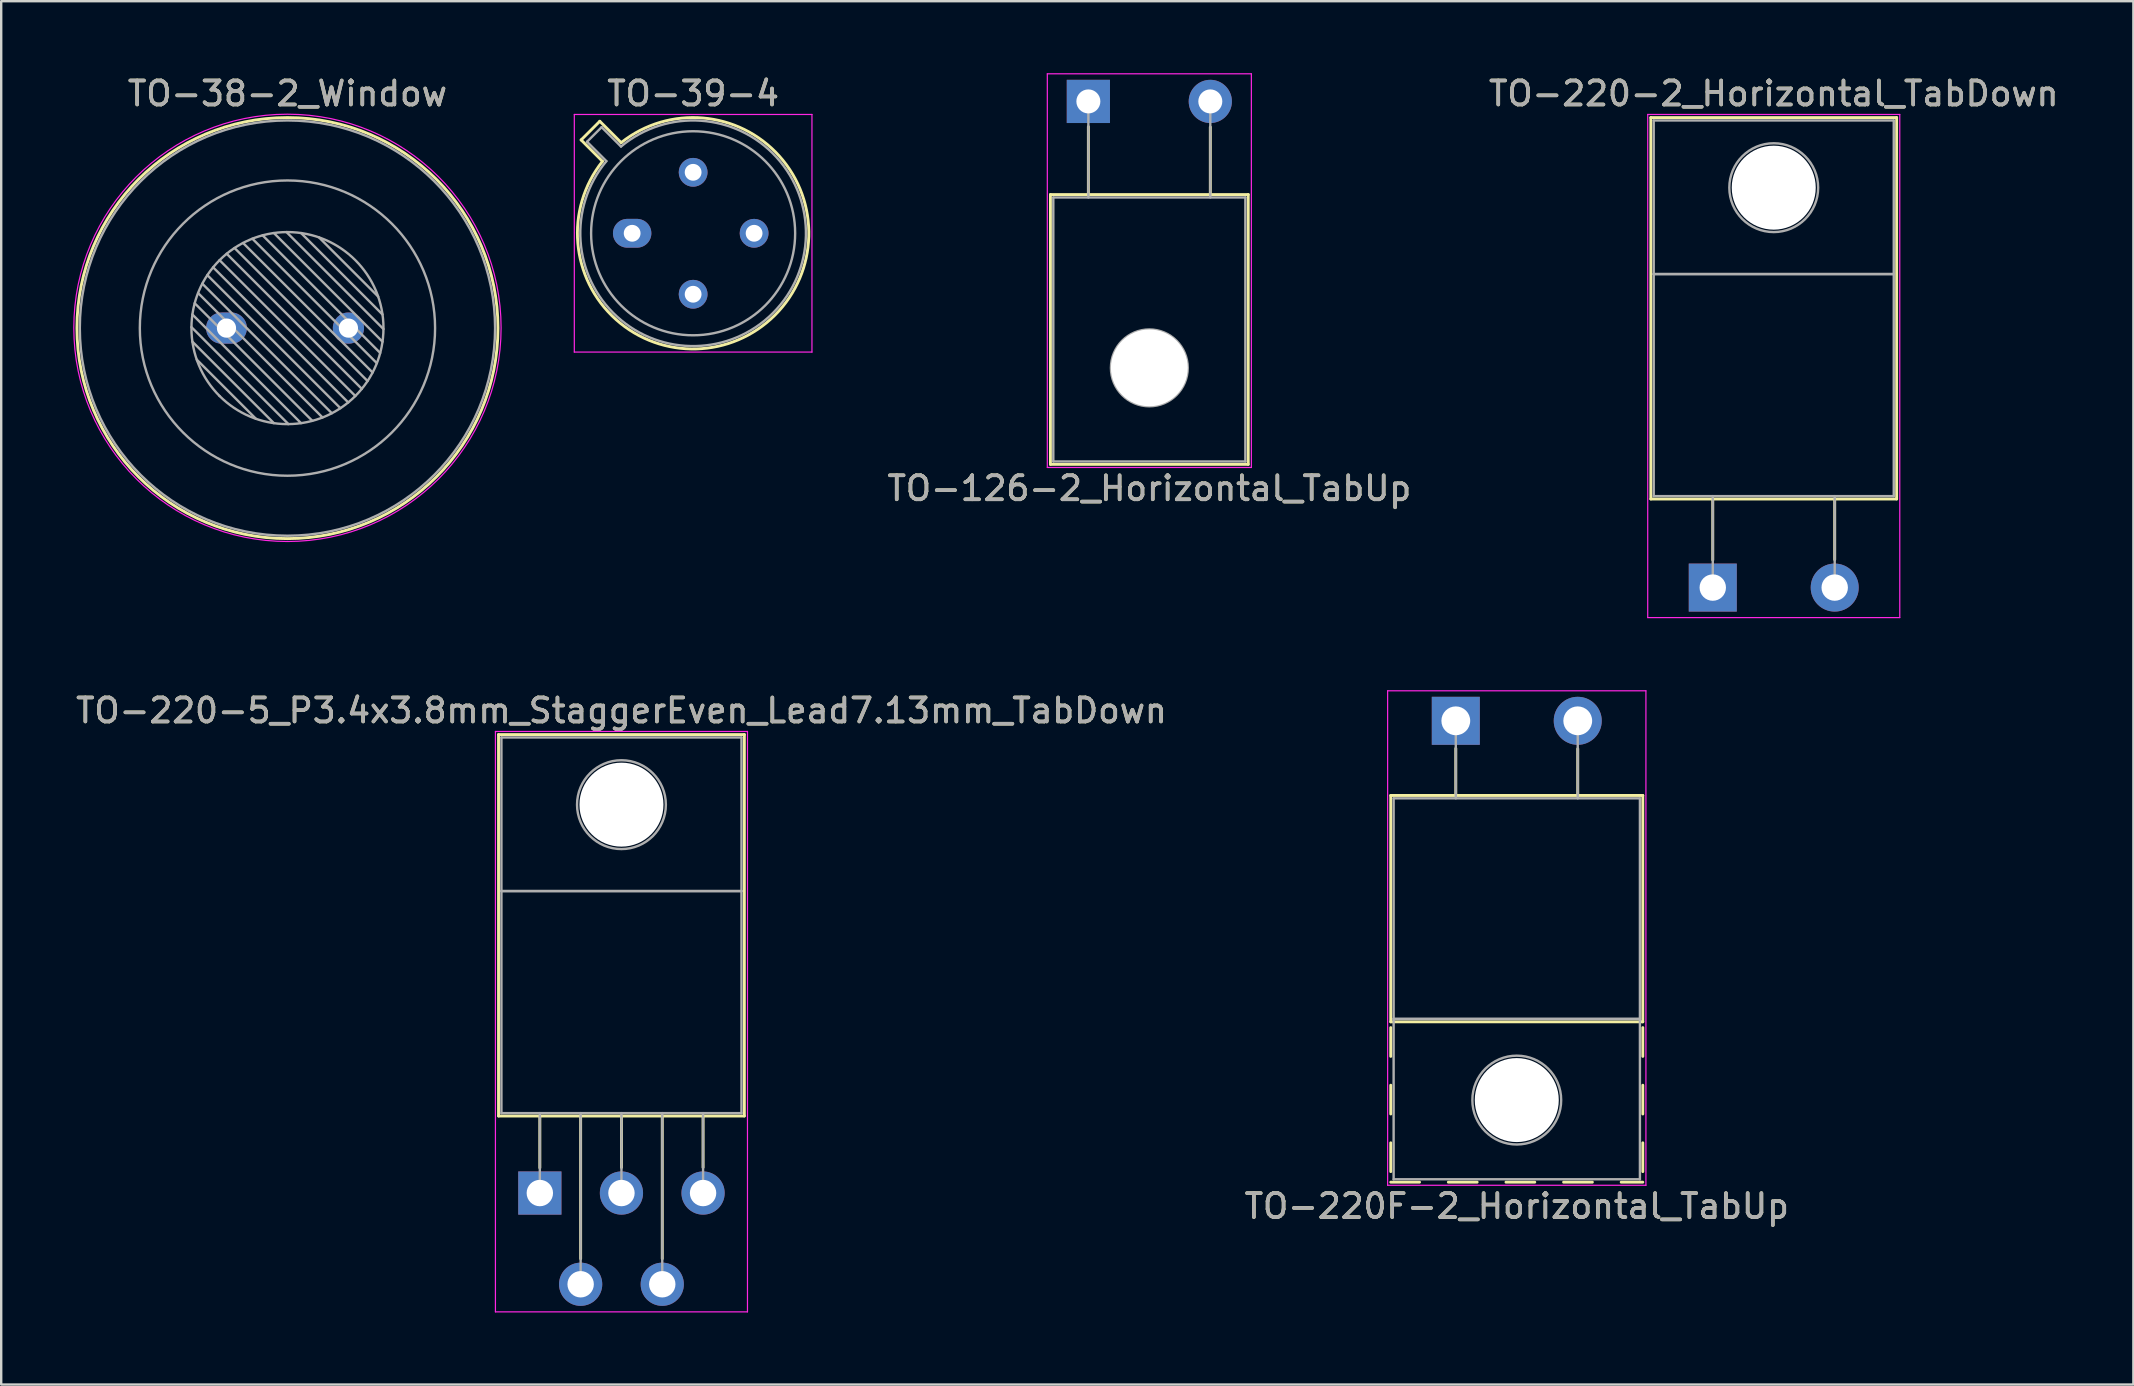
<source format=kicad_pcb>
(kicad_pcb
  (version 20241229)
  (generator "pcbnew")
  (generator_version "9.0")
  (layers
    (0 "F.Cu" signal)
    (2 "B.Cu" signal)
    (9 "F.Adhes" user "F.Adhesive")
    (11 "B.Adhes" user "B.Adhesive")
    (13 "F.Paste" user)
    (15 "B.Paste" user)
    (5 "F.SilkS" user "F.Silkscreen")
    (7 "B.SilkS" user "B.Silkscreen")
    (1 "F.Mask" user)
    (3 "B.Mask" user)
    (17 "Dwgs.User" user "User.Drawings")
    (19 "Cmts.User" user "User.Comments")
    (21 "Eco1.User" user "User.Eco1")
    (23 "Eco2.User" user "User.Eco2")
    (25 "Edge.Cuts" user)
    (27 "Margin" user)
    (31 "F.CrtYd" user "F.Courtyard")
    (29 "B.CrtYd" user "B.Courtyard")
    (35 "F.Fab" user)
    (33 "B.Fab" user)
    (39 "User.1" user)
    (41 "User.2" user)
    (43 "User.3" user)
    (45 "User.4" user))
  (footprint "TO-38-2_Window"
    (layer "F.Cu")
    (at 6.385 10.618)
    (property "Reference" "TO-38-2_Window" (at 2.54 -9.77 0) (layer "F.SilkS") (effects (font (size 1 1) (thickness 0.15))))
    (attr through_hole)
    (fp_circle (center 2.54 0) (end 11.31 0) (stroke (width 0.12) (type solid)) (fill no) (layer "F.SilkS"))
    (fp_circle (center 2.54 -0.01) (end 11.44 -0.01) (stroke (width 0.05) (type solid)) (fill no) (layer "F.CrtYd"))
    (fp_line (start -1.46 -0.041) (end 2.581 4) (stroke (width 0.1) (type solid)) (layer "F.Fab"))
    (fp_line (start -1.42 -0.566) (end 3.106 3.96) (stroke (width 0.1) (type solid)) (layer "F.Fab"))
    (fp_line (start -1.42 0.566) (end 1.974 3.96) (stroke (width 0.1) (type solid)) (layer "F.Fab"))
    (fp_line (start -1.324 -1.036) (end 3.576 3.864) (stroke (width 0.1) (type solid)) (layer "F.Fab"))
    (fp_line (start -1.239 1.313) (end 1.227 3.779) (stroke (width 0.1) (type solid)) (layer "F.Fab"))
    (fp_line (start -1.184 -1.461) (end 4.001 3.724) (stroke (width 0.1) (type solid)) (layer "F.Fab"))
    (fp_line (start -1.007 -1.85) (end 4.39 3.547) (stroke (width 0.1) (type solid)) (layer "F.Fab"))
    (fp_line (start -0.797 -2.206) (end 4.746 3.337) (stroke (width 0.1) (type solid)) (layer "F.Fab"))
    (fp_line (start -0.558 -2.532) (end 5.072 3.098) (stroke (width 0.1) (type solid)) (layer "F.Fab"))
    (fp_line (start -0.289 -2.829) (end 5.369 2.829) (stroke (width 0.1) (type solid)) (layer "F.Fab"))
    (fp_line (start -0.289 2.829) (end -0.289 2.829) (stroke (width 0.1) (type solid)) (layer "F.Fab"))
    (fp_line (start 0.008 -3.098) (end 5.638 2.532) (stroke (width 0.1) (type solid)) (layer "F.Fab"))
    (fp_line (start 0.334 -3.337) (end 5.877 2.206) (stroke (width 0.1) (type solid)) (layer "F.Fab"))
    (fp_line (start 0.69 -3.547) (end 6.087 1.85) (stroke (width 0.1) (type solid)) (layer "F.Fab"))
    (fp_line (start 1.079 -3.724) (end 6.264 1.461) (stroke (width 0.1) (type solid)) (layer "F.Fab"))
    (fp_line (start 1.504 -3.864) (end 6.404 1.036) (stroke (width 0.1) (type solid)) (layer "F.Fab"))
    (fp_line (start 1.974 -3.96) (end 6.5 0.566) (stroke (width 0.1) (type solid)) (layer "F.Fab"))
    (fp_line (start 2.499 -4) (end 6.54 0.041) (stroke (width 0.1) (type solid)) (layer "F.Fab"))
    (fp_line (start 3.106 -3.96) (end 6.5 -0.566) (stroke (width 0.1) (type solid)) (layer "F.Fab"))
    (fp_line (start 3.853 -3.779) (end 6.319 -1.313) (stroke (width 0.1) (type solid)) (layer "F.Fab"))
    (fp_circle (center 2.54 0) (end 6.54 0) (stroke (width 0.1) (type solid)) (fill no) (layer "F.Fab"))
    (fp_circle (center 2.54 0) (end 8.69 0) (stroke (width 0.1) (type solid)) (fill no) (layer "F.Fab"))
    (fp_circle (center 2.54 0) (end 11.19 0) (stroke (width 0.1) (type solid)) (fill no) (layer "F.Fab"))
    (fp_text user "${REFERENCE}" (at 2.54 -9.77 0) (layer "F.Fab") (effects (font (size 1 1) (thickness 0.15))))
    (pad "1" thru_hole oval (at 0 0) (size 1.7 1.3) (drill 0.8) (layers "*.Cu" "*.Mask"))
    (pad "2" thru_hole oval (at 5.08 0) (size 1.3 1.3) (drill 0.8) (layers "*.Cu" "*.Mask")))
  (footprint "TO-220-2_Horizontal_TabDown"
    (layer "F.Cu")
    (at 68.302 21.428)
    (property "Reference" "TO-220-2_Horizontal_TabDown" (at 2.54 -20.58 0) (layer "F.SilkS") (effects (font (size 1 1) (thickness 0.15))))
    (attr through_hole)
    (fp_line (start -2.58 -19.58) (end -2.58 -3.69) (stroke (width 0.12) (type solid)) (layer "F.SilkS"))
    (fp_line (start -2.58 -19.58) (end 7.66 -19.58) (stroke (width 0.12) (type solid)) (layer "F.SilkS"))
    (fp_line (start -2.58 -3.69) (end 7.66 -3.69) (stroke (width 0.12) (type solid)) (layer "F.SilkS"))
    (fp_line (start 0 -3.69) (end 0 -1.15) (stroke (width 0.12) (type solid)) (layer "F.SilkS"))
    (fp_line (start 5.08 -3.69) (end 5.08 -1.165) (stroke (width 0.12) (type solid)) (layer "F.SilkS"))
    (fp_line (start 7.66 -19.58) (end 7.66 -3.69) (stroke (width 0.12) (type solid)) (layer "F.SilkS"))
    (fp_line (start -2.71 -19.71) (end -2.71 1.25) (stroke (width 0.05) (type solid)) (layer "F.CrtYd"))
    (fp_line (start -2.71 1.25) (end 7.79 1.25) (stroke (width 0.05) (type solid)) (layer "F.CrtYd"))
    (fp_line (start 7.79 -19.71) (end -2.71 -19.71) (stroke (width 0.05) (type solid)) (layer "F.CrtYd"))
    (fp_line (start 7.79 1.25) (end 7.79 -19.71) (stroke (width 0.05) (type solid)) (layer "F.CrtYd"))
    (fp_line (start -2.46 -19.46) (end 7.54 -19.46) (stroke (width 0.1) (type solid)) (layer "F.Fab"))
    (fp_line (start -2.46 -13.06) (end -2.46 -19.46) (stroke (width 0.1) (type solid)) (layer "F.Fab"))
    (fp_line (start -2.46 -13.06) (end 7.54 -13.06) (stroke (width 0.1) (type solid)) (layer "F.Fab"))
    (fp_line (start -2.46 -3.81) (end -2.46 -13.06) (stroke (width 0.1) (type solid)) (layer "F.Fab"))
    (fp_line (start 0 -3.81) (end 0 0) (stroke (width 0.1) (type solid)) (layer "F.Fab"))
    (fp_line (start 5.08 -3.81) (end 5.08 0) (stroke (width 0.1) (type solid)) (layer "F.Fab"))
    (fp_line (start 7.54 -19.46) (end 7.54 -13.06) (stroke (width 0.1) (type solid)) (layer "F.Fab"))
    (fp_line (start 7.54 -13.06) (end -2.46 -13.06) (stroke (width 0.1) (type solid)) (layer "F.Fab"))
    (fp_line (start 7.54 -13.06) (end 7.54 -3.81) (stroke (width 0.1) (type solid)) (layer "F.Fab"))
    (fp_line (start 7.54 -3.81) (end -2.46 -3.81) (stroke (width 0.1) (type solid)) (layer "F.Fab"))
    (fp_circle (center 2.54 -16.66) (end 4.39 -16.66) (stroke (width 0.1) (type solid)) (fill no) (layer "F.Fab"))
    (fp_text user "${REFERENCE}" (at 2.54 -20.58 0) (layer "F.Fab") (effects (font (size 1 1) (thickness 0.15))))
    (pad "" np_thru_hole oval (at 2.54 -16.66) (size 3.5 3.5) (drill 3.5) (layers "*.Cu" "*.Mask"))
    (pad "1" thru_hole rect (at 0 0) (size 2 2) (drill 1.1) (layers "*.Cu" "*.Mask"))
    (pad "2" thru_hole oval (at 5.08 0) (size 2 2) (drill 1.1) (layers "*.Cu" "*.Mask")))
  (footprint "TO-220F-2_Horizontal_TabUp"
    (layer "F.Cu")
    (at 57.597 26.978)
    (property "Reference" "TO-220F-2_Horizontal_TabUp" (at 2.54 20.22 0) (layer "F.SilkS") (effects (font (size 1 1) (thickness 0.15))))
    (attr through_hole)
    (fp_line (start -2.71 3.11) (end -2.71 12.54) (stroke (width 0.12) (type solid)) (layer "F.SilkS"))
    (fp_line (start -2.71 3.11) (end 7.79 3.11) (stroke (width 0.12) (type solid)) (layer "F.SilkS"))
    (fp_line (start -2.71 12.54) (end 7.79 12.54) (stroke (width 0.12) (type solid)) (layer "F.SilkS"))
    (fp_line (start -2.71 12.78) (end -2.71 13.98) (stroke (width 0.12) (type solid)) (layer "F.SilkS"))
    (fp_line (start -2.71 15.18) (end -2.71 16.38) (stroke (width 0.12) (type solid)) (layer "F.SilkS"))
    (fp_line (start -2.71 17.58) (end -2.71 18.78) (stroke (width 0.12) (type solid)) (layer "F.SilkS"))
    (fp_line (start -2.71 19.22) (end -1.51 19.22) (stroke (width 0.12) (type solid)) (layer "F.SilkS"))
    (fp_line (start -0.311 19.22) (end 0.89 19.22) (stroke (width 0.12) (type solid)) (layer "F.SilkS"))
    (fp_line (start 0 1.15) (end 0 3.11) (stroke (width 0.12) (type solid)) (layer "F.SilkS"))
    (fp_line (start 2.09 19.22) (end 3.29 19.22) (stroke (width 0.12) (type solid)) (layer "F.SilkS"))
    (fp_line (start 4.49 19.22) (end 5.69 19.22) (stroke (width 0.12) (type solid)) (layer "F.SilkS"))
    (fp_line (start 5.08 1.165) (end 5.08 3.11) (stroke (width 0.12) (type solid)) (layer "F.SilkS"))
    (fp_line (start 6.89 19.22) (end 7.79 19.22) (stroke (width 0.12) (type solid)) (layer "F.SilkS"))
    (fp_line (start 7.79 3.11) (end 7.79 12.54) (stroke (width 0.12) (type solid)) (layer "F.SilkS"))
    (fp_line (start 7.79 12.78) (end 7.79 13.98) (stroke (width 0.12) (type solid)) (layer "F.SilkS"))
    (fp_line (start 7.79 15.18) (end 7.79 16.38) (stroke (width 0.12) (type solid)) (layer "F.SilkS"))
    (fp_line (start 7.79 17.58) (end 7.79 18.78) (stroke (width 0.12) (type solid)) (layer "F.SilkS"))
    (fp_line (start -2.84 -1.25) (end -2.84 19.35) (stroke (width 0.05) (type solid)) (layer "F.CrtYd"))
    (fp_line (start -2.84 19.35) (end 7.92 19.35) (stroke (width 0.05) (type solid)) (layer "F.CrtYd"))
    (fp_line (start 7.92 -1.25) (end -2.84 -1.25) (stroke (width 0.05) (type solid)) (layer "F.CrtYd"))
    (fp_line (start 7.92 19.35) (end 7.92 -1.25) (stroke (width 0.05) (type solid)) (layer "F.CrtYd"))
    (fp_line (start -2.59 3.23) (end -2.59 12.42) (stroke (width 0.1) (type solid)) (layer "F.Fab"))
    (fp_line (start -2.59 12.42) (end -2.59 19.1) (stroke (width 0.1) (type solid)) (layer "F.Fab"))
    (fp_line (start -2.59 12.42) (end 7.67 12.42) (stroke (width 0.1) (type solid)) (layer "F.Fab"))
    (fp_line (start -2.59 19.1) (end 7.67 19.1) (stroke (width 0.1) (type solid)) (layer "F.Fab"))
    (fp_line (start 0 3.23) (end 0 0) (stroke (width 0.1) (type solid)) (layer "F.Fab"))
    (fp_line (start 5.08 3.23) (end 5.08 0) (stroke (width 0.1) (type solid)) (layer "F.Fab"))
    (fp_line (start 7.67 3.23) (end -2.59 3.23) (stroke (width 0.1) (type solid)) (layer "F.Fab"))
    (fp_line (start 7.67 12.42) (end -2.59 12.42) (stroke (width 0.1) (type solid)) (layer "F.Fab"))
    (fp_line (start 7.67 12.42) (end 7.67 3.23) (stroke (width 0.1) (type solid)) (layer "F.Fab"))
    (fp_line (start 7.67 19.1) (end 7.67 12.42) (stroke (width 0.1) (type solid)) (layer "F.Fab"))
    (fp_circle (center 2.54 15.8) (end 4.39 15.8) (stroke (width 0.1) (type solid)) (fill no) (layer "F.Fab"))
    (fp_text user "${REFERENCE}" (at 2.54 20.22 0) (layer "F.Fab") (effects (font (size 1 1) (thickness 0.15))))
    (pad "" np_thru_hole oval (at 2.54 15.8) (size 3.5 3.5) (drill 3.5) (layers "*.Cu" "*.Mask"))
    (pad "1" thru_hole rect (at 0 0) (size 2 2) (drill 1.2) (layers "*.Cu" "*.Mask"))
    (pad "2" thru_hole oval (at 5.08 0) (size 2 2) (drill 1.2) (layers "*.Cu" "*.Mask")))
  (footprint "TO-126-2_Horizontal_TabUp"
    (layer "F.Cu")
    (at 42.29 1.175)
    (property "Reference" "TO-126-2_Horizontal_TabUp" (at 2.54 16.12 0) (layer "F.SilkS") (effects (font (size 1 1) (thickness 0.15))))
    (attr through_hole)
    (fp_line (start -1.58 3.88) (end -1.58 15.12) (stroke (width 0.12) (type solid)) (layer "F.SilkS"))
    (fp_line (start -1.58 3.88) (end 6.66 3.88) (stroke (width 0.12) (type solid)) (layer "F.SilkS"))
    (fp_line (start -1.58 15.12) (end 6.66 15.12) (stroke (width 0.12) (type solid)) (layer "F.SilkS"))
    (fp_line (start 0 1.05) (end 0 3.88) (stroke (width 0.12) (type solid)) (layer "F.SilkS"))
    (fp_line (start 5.08 1.066) (end 5.08 3.88) (stroke (width 0.12) (type solid)) (layer "F.SilkS"))
    (fp_line (start 6.66 3.88) (end 6.66 15.12) (stroke (width 0.12) (type solid)) (layer "F.SilkS"))
    (fp_line (start -1.71 -1.15) (end -1.71 15.25) (stroke (width 0.05) (type solid)) (layer "F.CrtYd"))
    (fp_line (start -1.71 15.25) (end 6.79 15.25) (stroke (width 0.05) (type solid)) (layer "F.CrtYd"))
    (fp_line (start 6.79 -1.15) (end -1.71 -1.15) (stroke (width 0.05) (type solid)) (layer "F.CrtYd"))
    (fp_line (start 6.79 15.25) (end 6.79 -1.15) (stroke (width 0.05) (type solid)) (layer "F.CrtYd"))
    (fp_line (start -1.46 4) (end -1.46 15) (stroke (width 0.1) (type solid)) (layer "F.Fab"))
    (fp_line (start -1.46 15) (end 6.54 15) (stroke (width 0.1) (type solid)) (layer "F.Fab"))
    (fp_line (start 0 4) (end 0 0) (stroke (width 0.1) (type solid)) (layer "F.Fab"))
    (fp_line (start 5.08 4) (end 5.08 0) (stroke (width 0.1) (type solid)) (layer "F.Fab"))
    (fp_line (start 6.54 4) (end -1.46 4) (stroke (width 0.1) (type solid)) (layer "F.Fab"))
    (fp_line (start 6.54 15) (end 6.54 4) (stroke (width 0.1) (type solid)) (layer "F.Fab"))
    (fp_circle (center 2.54 11.1) (end 4.14 11.1) (stroke (width 0.1) (type solid)) (fill no) (layer "F.Fab"))
    (fp_text user "${REFERENCE}" (at 2.54 16.12 0) (layer "F.Fab") (effects (font (size 1 1) (thickness 0.15))))
    (pad "" np_thru_hole oval (at 2.54 11.1) (size 3.2 3.2) (drill 3.2) (layers "*.Cu" "*.Mask"))
    (pad "1" thru_hole rect (at 0 0) (size 1.8 1.8) (drill 1) (layers "*.Cu" "*.Mask"))
    (pad "2" thru_hole oval (at 5.08 0) (size 1.8 1.8) (drill 1) (layers "*.Cu" "*.Mask")))
  (footprint "TO-39-4"
    (layer "F.Cu")
    (at 23.285 6.668)
    (property "Reference" "TO-39-4" (at 2.54 -5.82 0) (layer "F.SilkS") (effects (font (size 1 1) (thickness 0.15))))
    (attr through_hole)
    (fp_line (start -2.126 -3.888) (end -1.235 -2.997) (stroke (width 0.12) (type solid)) (layer "F.SilkS"))
    (fp_line (start -1.348 -4.666) (end -2.126 -3.888) (stroke (width 0.12) (type solid)) (layer "F.SilkS"))
    (fp_line (start -0.457 -3.775) (end -1.348 -4.666) (stroke (width 0.12) (type solid)) (layer "F.SilkS"))
    (fp_arc (start -0.457084 -3.774902) (mid 5.948125 3.408384) (end -1.234674 -2.997371) (stroke (width 0.12) (type solid)) (layer "F.SilkS"))
    (fp_line (start -2.41 -4.95) (end -2.41 4.95) (stroke (width 0.05) (type solid)) (layer "F.CrtYd"))
    (fp_line (start -2.41 4.95) (end 7.49 4.95) (stroke (width 0.05) (type solid)) (layer "F.CrtYd"))
    (fp_line (start 7.49 -4.95) (end -2.41 -4.95) (stroke (width 0.05) (type solid)) (layer "F.CrtYd"))
    (fp_line (start 7.49 4.95) (end 7.49 -4.95) (stroke (width 0.05) (type solid)) (layer "F.CrtYd"))
    (fp_line (start -1.88 -3.812) (end -1.074 -3.005) (stroke (width 0.1) (type solid)) (layer "F.Fab"))
    (fp_line (start -1.272 -4.42) (end -1.88 -3.812) (stroke (width 0.1) (type solid)) (layer "F.Fab"))
    (fp_line (start -0.465 -3.614) (end -1.272 -4.42) (stroke (width 0.1) (type solid)) (layer "F.Fab"))
    (fp_arc (start -0.465408 -3.61352) (mid 5.863443 3.323361) (end -1.073594 -3.005319) (stroke (width 0.1) (type solid)) (layer "F.Fab"))
    (fp_circle (center 2.54 0) (end 6.79 0) (stroke (width 0.1) (type solid)) (fill no) (layer "F.Fab"))
    (fp_text user "${REFERENCE}" (at 2.54 -5.82 0) (layer "F.Fab") (effects (font (size 1 1) (thickness 0.15))))
    (pad "1" thru_hole oval (at 0 0) (size 1.6 1.2) (drill 0.7) (layers "*.Cu" "*.Mask"))
    (pad "2" thru_hole oval (at 2.54 2.54) (size 1.2 1.2) (drill 0.7) (layers "*.Cu" "*.Mask"))
    (pad "3" thru_hole oval (at 5.08 0) (size 1.2 1.2) (drill 0.7) (layers "*.Cu" "*.Mask"))
    (pad "4" thru_hole oval (at 2.54 -2.54) (size 1.2 1.2) (drill 0.7) (layers "*.Cu" "*.Mask")))
  (footprint "TO-220-5_P3.4x3.8mm_StaggerEven_Lead7.13mm_TabDown"
    (layer "F.Cu")
    (at 19.439 46.651)
    (property "Reference" "TO-220-5_P3.4x3.8mm_StaggerEven_Lead7.13mm_TabDown" (at 3.4 -20.1 0) (layer "F.SilkS") (effects (font (size 1 1) (thickness 0.15))))
    (attr through_hole)
    (fp_line (start -1.721 -19.1) (end -1.721 -3.21) (stroke (width 0.12) (type solid)) (layer "F.SilkS"))
    (fp_line (start -1.721 -19.1) (end 8.52 -19.1) (stroke (width 0.12) (type solid)) (layer "F.SilkS"))
    (fp_line (start -1.721 -3.21) (end 8.52 -3.21) (stroke (width 0.12) (type solid)) (layer "F.SilkS"))
    (fp_line (start 0 -3.21) (end 0 -1.05) (stroke (width 0.12) (type solid)) (layer "F.SilkS"))
    (fp_line (start 1.7 -3.21) (end 1.7 2.735) (stroke (width 0.12) (type solid)) (layer "F.SilkS"))
    (fp_line (start 3.4 -3.21) (end 3.4 -1.066) (stroke (width 0.12) (type solid)) (layer "F.SilkS"))
    (fp_line (start 5.1 -3.21) (end 5.1 2.735) (stroke (width 0.12) (type solid)) (layer "F.SilkS"))
    (fp_line (start 6.8 -3.21) (end 6.8 -1.066) (stroke (width 0.12) (type solid)) (layer "F.SilkS"))
    (fp_line (start 8.52 -19.1) (end 8.52 -3.21) (stroke (width 0.12) (type solid)) (layer "F.SilkS"))
    (fp_line (start -1.85 -19.23) (end -1.85 4.95) (stroke (width 0.05) (type solid)) (layer "F.CrtYd"))
    (fp_line (start -1.85 4.95) (end 8.65 4.95) (stroke (width 0.05) (type solid)) (layer "F.CrtYd"))
    (fp_line (start 8.65 -19.23) (end -1.85 -19.23) (stroke (width 0.05) (type solid)) (layer "F.CrtYd"))
    (fp_line (start 8.65 4.95) (end 8.65 -19.23) (stroke (width 0.05) (type solid)) (layer "F.CrtYd"))
    (fp_line (start -1.6 -18.98) (end 8.4 -18.98) (stroke (width 0.1) (type solid)) (layer "F.Fab"))
    (fp_line (start -1.6 -12.58) (end -1.6 -18.98) (stroke (width 0.1) (type solid)) (layer "F.Fab"))
    (fp_line (start -1.6 -12.58) (end 8.4 -12.58) (stroke (width 0.1) (type solid)) (layer "F.Fab"))
    (fp_line (start -1.6 -3.33) (end -1.6 -12.58) (stroke (width 0.1) (type solid)) (layer "F.Fab"))
    (fp_line (start 0 -3.33) (end 0 0) (stroke (width 0.1) (type solid)) (layer "F.Fab"))
    (fp_line (start 1.7 -3.33) (end 1.7 3.8) (stroke (width 0.1) (type solid)) (layer "F.Fab"))
    (fp_line (start 3.4 -3.33) (end 3.4 0) (stroke (width 0.1) (type solid)) (layer "F.Fab"))
    (fp_line (start 5.1 -3.33) (end 5.1 3.8) (stroke (width 0.1) (type solid)) (layer "F.Fab"))
    (fp_line (start 6.8 -3.33) (end 6.8 0) (stroke (width 0.1) (type solid)) (layer "F.Fab"))
    (fp_line (start 8.4 -18.98) (end 8.4 -12.58) (stroke (width 0.1) (type solid)) (layer "F.Fab"))
    (fp_line (start 8.4 -12.58) (end -1.6 -12.58) (stroke (width 0.1) (type solid)) (layer "F.Fab"))
    (fp_line (start 8.4 -12.58) (end 8.4 -3.33) (stroke (width 0.1) (type solid)) (layer "F.Fab"))
    (fp_line (start 8.4 -3.33) (end -1.6 -3.33) (stroke (width 0.1) (type solid)) (layer "F.Fab"))
    (fp_circle (center 3.4 -16.18) (end 5.25 -16.18) (stroke (width 0.1) (type solid)) (fill no) (layer "F.Fab"))
    (fp_text user "${REFERENCE}" (at 3.4 -20.1 0) (layer "F.Fab") (effects (font (size 1 1) (thickness 0.15))))
    (pad "" np_thru_hole oval (at 3.4 -16.18) (size 3.5 3.5) (drill 3.5) (layers "*.Cu" "*.Mask"))
    (pad "1" thru_hole rect (at 0 0) (size 1.8 1.8) (drill 1.1) (layers "*.Cu" "*.Mask"))
    (pad "2" thru_hole oval (at 1.7 3.8) (size 1.8 1.8) (drill 1.1) (layers "*.Cu" "*.Mask"))
    (pad "3" thru_hole oval (at 3.4 0) (size 1.8 1.8) (drill 1.1) (layers "*.Cu" "*.Mask"))
    (pad "4" thru_hole oval (at 5.1 3.8) (size 1.8 1.8) (drill 1.1) (layers "*.Cu" "*.Mask"))
    (pad "5" thru_hole oval (at 6.8 0) (size 1.8 1.8) (drill 1.1) (layers "*.Cu" "*.Mask")))
  (gr_rect
    (start -3 -3)
    (end 85.824 54.627)
    (stroke (width 0.1) (type default))
    (fill no)
    (layer "Edge.Cuts")))
</source>
